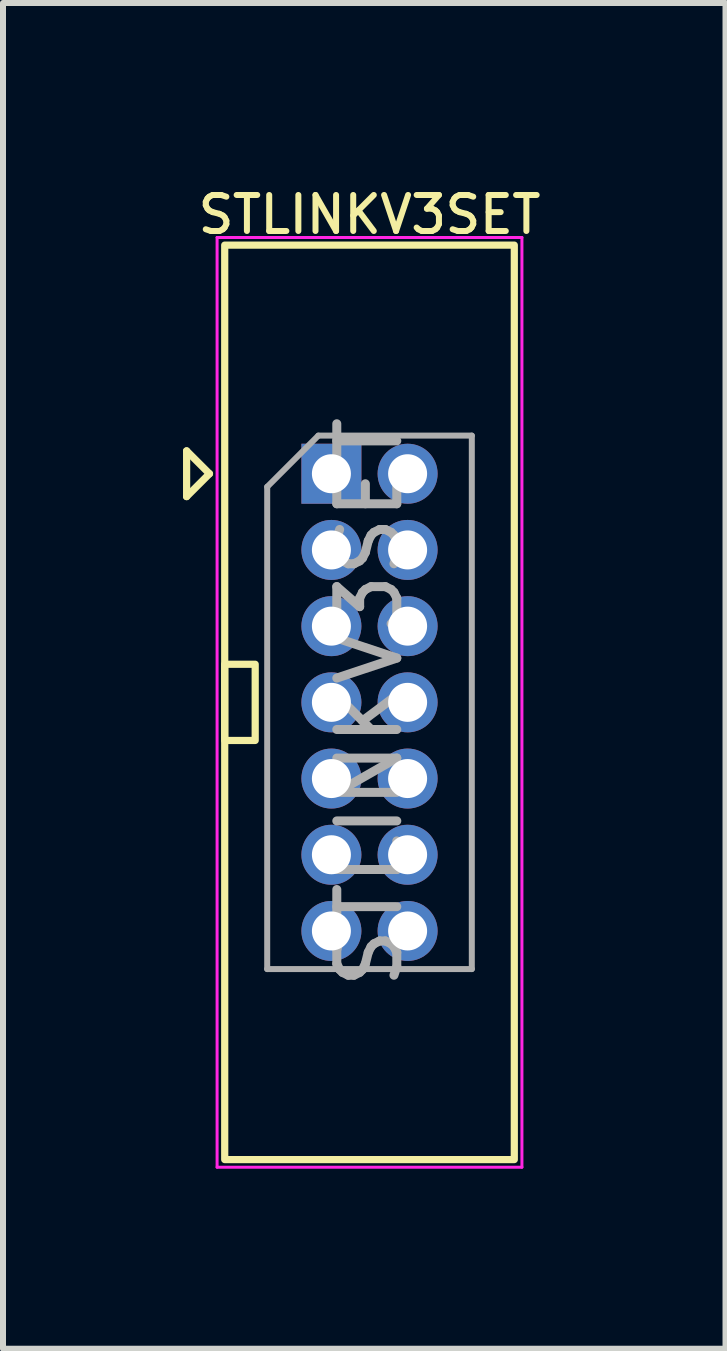
<source format=kicad_pcb>
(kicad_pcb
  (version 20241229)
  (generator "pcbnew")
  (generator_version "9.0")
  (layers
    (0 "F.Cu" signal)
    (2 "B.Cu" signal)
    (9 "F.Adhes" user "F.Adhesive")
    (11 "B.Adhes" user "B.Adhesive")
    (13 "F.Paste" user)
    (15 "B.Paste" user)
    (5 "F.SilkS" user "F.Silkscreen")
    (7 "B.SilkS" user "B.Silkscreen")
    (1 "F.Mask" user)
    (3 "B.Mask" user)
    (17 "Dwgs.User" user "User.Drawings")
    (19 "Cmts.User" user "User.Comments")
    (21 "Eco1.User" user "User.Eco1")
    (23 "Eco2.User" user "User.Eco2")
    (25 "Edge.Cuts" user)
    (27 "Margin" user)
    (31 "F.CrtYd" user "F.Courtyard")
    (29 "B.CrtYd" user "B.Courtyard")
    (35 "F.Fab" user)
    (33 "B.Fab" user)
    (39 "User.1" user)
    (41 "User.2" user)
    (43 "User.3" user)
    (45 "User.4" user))
  (footprint "STLINKV3SET"
    (layer "F.Cu")
    (at 3.108 8.655)
    (property "Reference" "STLINKV3SET" (at 0 -8.128 0) (layer "F.SilkS") (effects (font (size 0.6 0.6) (thickness 0.1))))
    (attr through_hole)
    (fp_line (start -3.048 -4.191) (end -2.667 -3.81) (stroke (width 0.12) (type solid)) (layer "F.SilkS"))
    (fp_line (start -3.048 -3.429) (end -3.048 -4.191) (stroke (width 0.12) (type solid)) (layer "F.SilkS"))
    (fp_line (start -2.667 -3.81) (end -3.048 -3.429) (stroke (width 0.12) (type solid)) (layer "F.SilkS"))
    (fp_rect (start -2.413 -7.62) (end 2.413 7.62) (stroke (width 0.12) (type solid)) (fill no) (layer "F.SilkS"))
    (fp_rect (start -2.413 -0.635) (end -1.905 0.635) (stroke (width 0.12) (type solid)) (fill no) (layer "F.SilkS"))
    (fp_line (start -2.54 -7.747) (end -2.54 7.747) (stroke (width 0.05) (type solid)) (layer "F.CrtYd"))
    (fp_line (start -2.54 7.747) (end 2.54 7.747) (stroke (width 0.05) (type solid)) (layer "F.CrtYd"))
    (fp_line (start 2.54 -7.747) (end -2.54 -7.747) (stroke (width 0.05) (type solid)) (layer "F.CrtYd"))
    (fp_line (start 2.54 7.747) (end 2.54 -7.747) (stroke (width 0.05) (type solid)) (layer "F.CrtYd"))
    (fp_line (start -1.705 -3.592) (end -0.853 -4.445) (stroke (width 0.1) (type solid)) (layer "F.Fab"))
    (fp_line (start -1.705 4.445) (end -1.705 -3.592) (stroke (width 0.1) (type solid)) (layer "F.Fab"))
    (fp_line (start -0.853 -4.445) (end 1.705 -4.445) (stroke (width 0.1) (type solid)) (layer "F.Fab"))
    (fp_line (start 1.705 -4.445) (end 1.705 4.445) (stroke (width 0.1) (type solid)) (layer "F.Fab"))
    (fp_line (start 1.705 4.445) (end -1.705 4.445) (stroke (width 0.1) (type solid)) (layer "F.Fab"))
    (fp_text user "${REFERENCE}" (at 0 0 90) (layer "F.Fab") (effects (font (size 1 1) (thickness 0.15))))
    (pad "1" thru_hole rect (at -0.635 -3.81) (size 1 1) (drill 0.65) (layers "*.Cu" "*.Mask"))
    (pad "2" thru_hole oval (at 0.635 -3.81) (size 1 1) (drill 0.65) (layers "*.Cu" "*.Mask"))
    (pad "3" thru_hole oval (at -0.635 -2.54) (size 1 1) (drill 0.65) (layers "*.Cu" "*.Mask"))
    (pad "4" thru_hole oval (at 0.635 -2.54) (size 1 1) (drill 0.65) (layers "*.Cu" "*.Mask"))
    (pad "5" thru_hole oval (at -0.635 -1.27) (size 1 1) (drill 0.65) (layers "*.Cu" "*.Mask"))
    (pad "6" thru_hole oval (at 0.635 -1.27) (size 1 1) (drill 0.65) (layers "*.Cu" "*.Mask"))
    (pad "7" thru_hole oval (at -0.635 0) (size 1 1) (drill 0.65) (layers "*.Cu" "*.Mask"))
    (pad "8" thru_hole oval (at 0.635 0) (size 1 1) (drill 0.65) (layers "*.Cu" "*.Mask"))
    (pad "9" thru_hole oval (at -0.635 1.27) (size 1 1) (drill 0.65) (layers "*.Cu" "*.Mask"))
    (pad "10" thru_hole oval (at 0.635 1.27) (size 1 1) (drill 0.65) (layers "*.Cu" "*.Mask"))
    (pad "11" thru_hole oval (at -0.635 2.54) (size 1 1) (drill 0.65) (layers "*.Cu" "*.Mask"))
    (pad "12" thru_hole oval (at 0.635 2.54) (size 1 1) (drill 0.65) (layers "*.Cu" "*.Mask"))
    (pad "13" thru_hole oval (at -0.635 3.81) (size 1 1) (drill 0.65) (layers "*.Cu" "*.Mask"))
    (pad "14" thru_hole oval (at 0.635 3.81) (size 1 1) (drill 0.65) (layers "*.Cu" "*.Mask")))
  (gr_rect
    (start -3 -3)
    (end 9.041 19.427)
    (stroke (width 0.1) (type default))
    (fill no)
    (layer "Edge.Cuts")))
</source>
